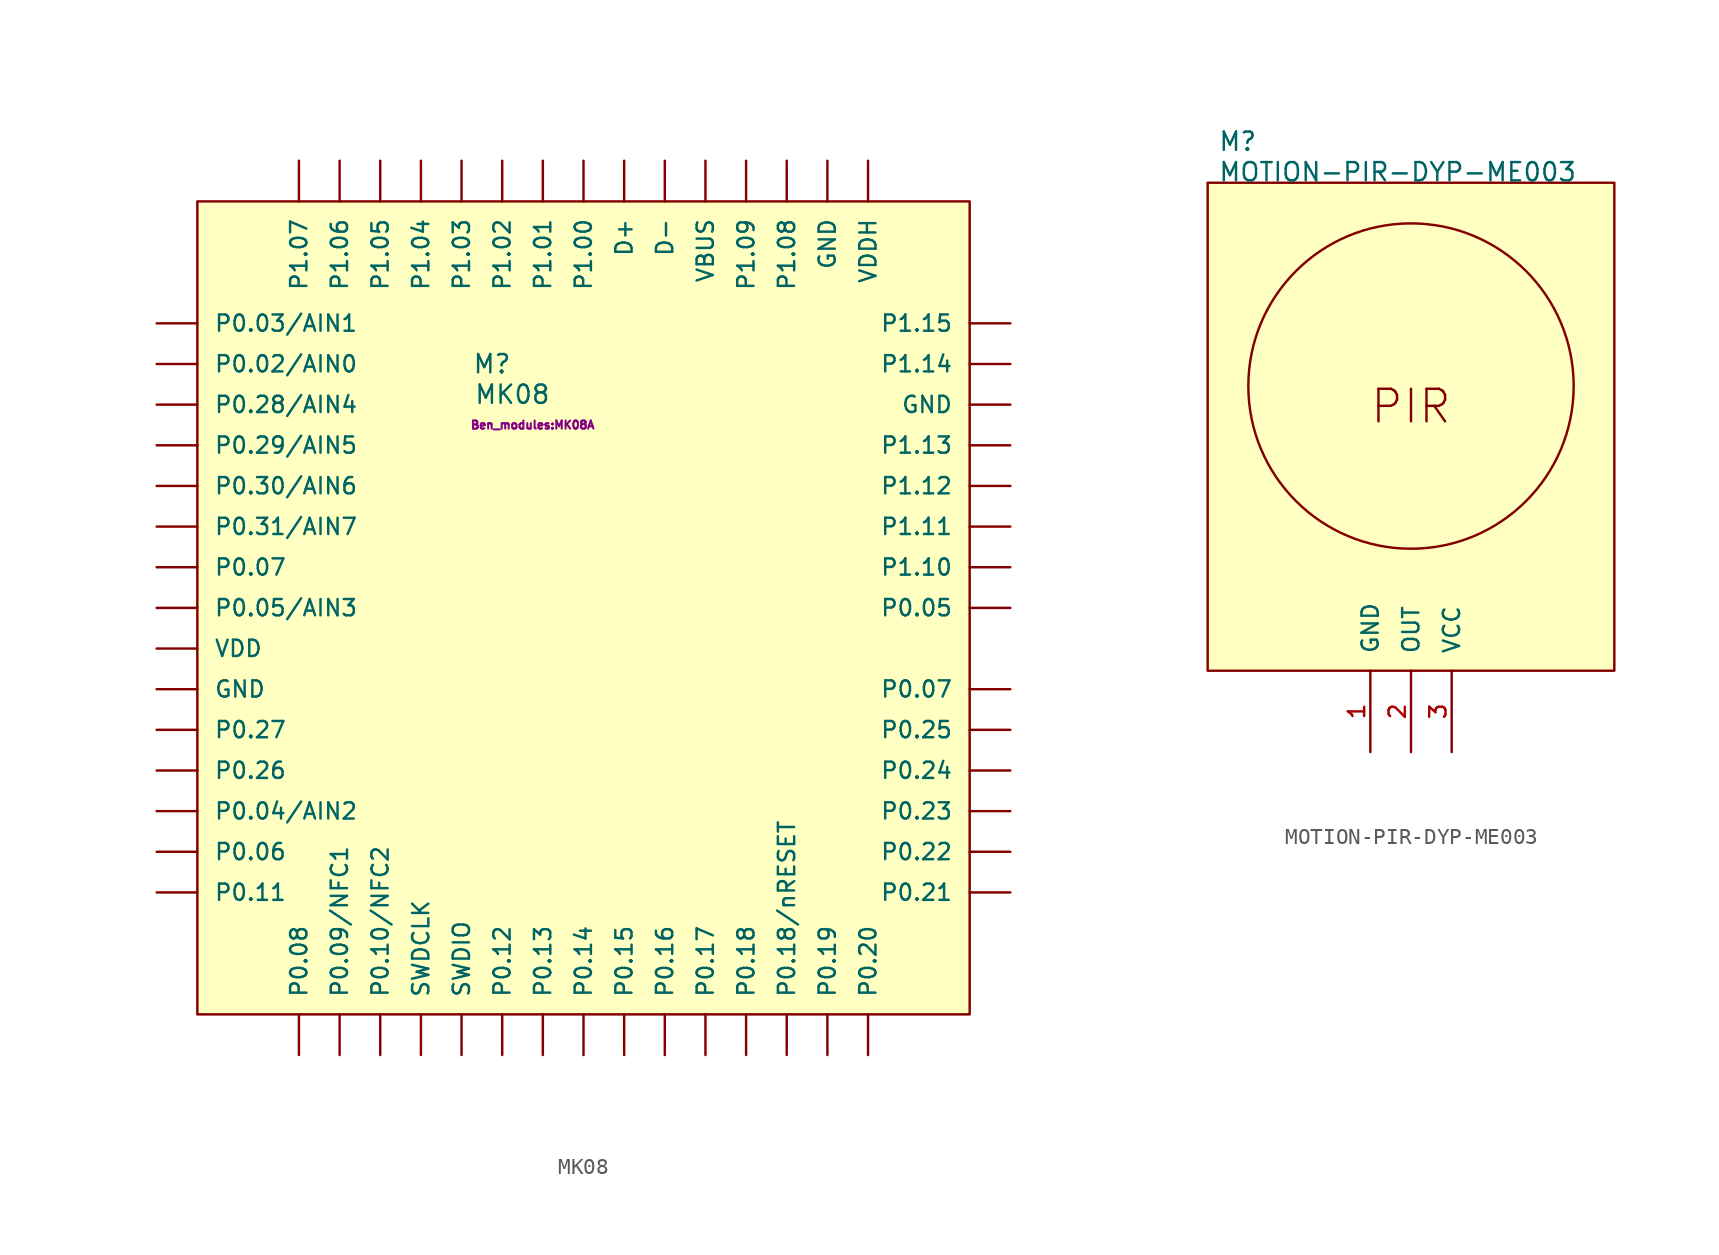
<source format=kicad_sym>
(kicad_symbol_lib
  (version 20231120)
  (generator "kicad_symbol_editor")
  (generator_version "8.0")
  (symbol "MK08"
    (pin_numbers hide)
    (pin_names
      (offset 1.016))
    (property "Reference" "M"
      (at -5.715 15.24 0)
      (effects (font (size 1.143 1.143))))
    (property "Value" "MK08"
      (at -4.445 13.335 0)
      (effects (font (size 1.143 1.143))))
    (property "Footprint" "Ben_modules:MK08A"
      (at -3.175 11.43 0)
      (effects (font (size 0.508 0.508))))
    (property "ki_locked" ""
      (at 0 0 0)
      (effects (font (size 1.27 1.27))))
    (symbol "MK08_1_1"
      (rectangle (start -24.13 25.4) (end 24.13 -25.4) (stroke (width 0) (type default)) (fill (type background)))
      (pin bidirectional line (at 2.54 27.94 270) (length 2.54) (name "D+" (effects (font (size 1.016 1.016)))) (number "D+" (effects (font (size 1.016 1.016)))))
      (pin bidirectional line (at 5.08 27.94 270) (length 2.54) (name "D-" (effects (font (size 1.016 1.016)))) (number "D-" (effects (font (size 1.016 1.016)))))
      (pin power_in line (at -26.67 -5.08 0) (length 2.54) (name "GND" (effects (font (size 1.016 1.016)))) (number "GND" (effects (font (size 1.016 1.016)))))
      (pin power_in line (at 15.24 27.94 270) (length 2.54) (name "GND" (effects (font (size 1.016 1.016)))) (number "GND" (effects (font (size 1.016 1.016)))))
      (pin power_in line (at 26.67 12.7 180) (length 2.54) (name "GND" (effects (font (size 1.016 1.016)))) (number "GND" (effects (font (size 1.016 1.016)))))
      (pin bidirectional line (at -26.67 15.24 0) (length 2.54) (name "P0.02/AIN0" (effects (font (size 1.016 1.016)))) (number "P0.02" (effects (font (size 1.016 1.016)))))
      (pin bidirectional line (at -26.67 17.78 0) (length 2.54) (name "P0.03/AIN1" (effects (font (size 1.016 1.016)))) (number "P0.03" (effects (font (size 1.016 1.016)))))
      (pin bidirectional line (at -26.67 -12.7 0) (length 2.54) (name "P0.04/AIN2" (effects (font (size 1.016 1.016)))) (number "P0.04" (effects (font (size 1.016 1.016)))))
      (pin bidirectional line (at 26.67 0 180) (length 2.54) (name "P0.05" (effects (font (size 1.016 1.016)))) (number "P0.05" (effects (font (size 1.016 1.016)))))
      (pin bidirectional line (at -26.67 0 0) (length 2.54) (name "P0.05/AIN3" (effects (font (size 1.016 1.016)))) (number "P0.05" (effects (font (size 1.016 1.016)))))
      (pin bidirectional line (at -26.67 -15.24 0) (length 2.54) (name "P0.06" (effects (font (size 1.016 1.016)))) (number "P0.06" (effects (font (size 1.016 1.016)))))
      (pin bidirectional line (at -26.67 2.54 0) (length 2.54) (name "P0.07" (effects (font (size 1.016 1.016)))) (number "P0.07" (effects (font (size 1.016 1.016)))))
      (pin bidirectional line (at 26.67 -5.08 180) (length 2.54) (name "P0.07" (effects (font (size 1.016 1.016)))) (number "P0.07" (effects (font (size 1.016 1.016)))))
      (pin bidirectional line (at -17.78 -27.94 90) (length 2.54) (name "P0.08" (effects (font (size 1.016 1.016)))) (number "P0.08" (effects (font (size 1.016 1.016)))))
      (pin bidirectional line (at -15.24 -27.94 90) (length 2.54) (name "P0.09/NFC1" (effects (font (size 1.016 1.016)))) (number "P0.09" (effects (font (size 1.016 1.016)))))
      (pin bidirectional line (at -12.7 -27.94 90) (length 2.54) (name "P0.10/NFC2" (effects (font (size 1.016 1.016)))) (number "P0.10" (effects (font (size 1.016 1.016)))))
      (pin bidirectional line (at -26.67 -17.78 0) (length 2.54) (name "P0.11" (effects (font (size 1.016 1.016)))) (number "P0.11" (effects (font (size 1.016 1.016)))))
      (pin bidirectional line (at -5.08 -27.94 90) (length 2.54) (name "P0.12" (effects (font (size 1.016 1.016)))) (number "P0.12" (effects (font (size 1.016 1.016)))))
      (pin bidirectional line (at -2.54 -27.94 90) (length 2.54) (name "P0.13" (effects (font (size 1.016 1.016)))) (number "P0.13" (effects (font (size 1.016 1.016)))))
      (pin bidirectional line (at 0 -27.94 90) (length 2.54) (name "P0.14" (effects (font (size 1.016 1.016)))) (number "P0.14" (effects (font (size 1.016 1.016)))))
      (pin bidirectional line (at 2.54 -27.94 90) (length 2.54) (name "P0.15" (effects (font (size 1.016 1.016)))) (number "P0.15" (effects (font (size 1.016 1.016)))))
      (pin bidirectional line (at 5.08 -27.94 90) (length 2.54) (name "P0.16" (effects (font (size 1.016 1.016)))) (number "P0.16" (effects (font (size 1.016 1.016)))))
      (pin bidirectional line (at 7.62 -27.94 90) (length 2.54) (name "P0.17" (effects (font (size 1.016 1.016)))) (number "P0.17" (effects (font (size 1.016 1.016)))))
      (pin bidirectional line (at 10.16 -27.94 90) (length 2.54) (name "P0.18" (effects (font (size 1.016 1.016)))) (number "P0.18" (effects (font (size 1.016 1.016)))))
      (pin bidirectional line (at 12.7 -27.94 90) (length 2.54) (name "P0.18/nRESET" (effects (font (size 1.016 1.016)))) (number "P0.18" (effects (font (size 1.016 1.016)))))
      (pin bidirectional line (at 15.24 -27.94 90) (length 2.54) (name "P0.19" (effects (font (size 1.016 1.016)))) (number "P0.19" (effects (font (size 1.016 1.016)))))
      (pin bidirectional line (at 17.78 -27.94 90) (length 2.54) (name "P0.20" (effects (font (size 1.016 1.016)))) (number "P0.20" (effects (font (size 1.016 1.016)))))
      (pin bidirectional line (at 26.67 -17.78 180) (length 2.54) (name "P0.21" (effects (font (size 1.016 1.016)))) (number "P0.21" (effects (font (size 1.016 1.016)))))
      (pin bidirectional line (at 26.67 -15.24 180) (length 2.54) (name "P0.22" (effects (font (size 1.016 1.016)))) (number "P0.22" (effects (font (size 1.016 1.016)))))
      (pin bidirectional line (at 26.67 -12.7 180) (length 2.54) (name "P0.23" (effects (font (size 1.016 1.016)))) (number "P0.23" (effects (font (size 1.016 1.016)))))
      (pin bidirectional line (at 26.67 -10.16 180) (length 2.54) (name "P0.24" (effects (font (size 1.016 1.016)))) (number "P0.24" (effects (font (size 1.016 1.016)))))
      (pin bidirectional line (at 26.67 -7.62 180) (length 2.54) (name "P0.25" (effects (font (size 1.016 1.016)))) (number "P0.25" (effects (font (size 1.016 1.016)))))
      (pin bidirectional line (at -26.67 -10.16 0) (length 2.54) (name "P0.26" (effects (font (size 1.016 1.016)))) (number "P0.26" (effects (font (size 1.016 1.016)))))
      (pin bidirectional line (at -26.67 -7.62 0) (length 2.54) (name "P0.27" (effects (font (size 1.016 1.016)))) (number "P0.27" (effects (font (size 1.016 1.016)))))
      (pin bidirectional line (at -26.67 12.7 0) (length 2.54) (name "P0.28/AIN4" (effects (font (size 1.016 1.016)))) (number "P0.28" (effects (font (size 1.016 1.016)))))
      (pin bidirectional line (at -26.67 10.16 0) (length 2.54) (name "P0.29/AIN5" (effects (font (size 1.016 1.016)))) (number "P0.29" (effects (font (size 1.016 1.016)))))
      (pin bidirectional line (at -26.67 7.62 0) (length 2.54) (name "P0.30/AIN6" (effects (font (size 1.016 1.016)))) (number "P0.30" (effects (font (size 1.016 1.016)))))
      (pin bidirectional line (at -26.67 5.08 0) (length 2.54) (name "P0.31/AIN7" (effects (font (size 1.016 1.016)))) (number "P0.31" (effects (font (size 1.016 1.016)))))
      (pin bidirectional line (at 0 27.94 270) (length 2.54) (name "P1.00" (effects (font (size 1.016 1.016)))) (number "P1.00" (effects (font (size 1.016 1.016)))))
      (pin bidirectional line (at -2.54 27.94 270) (length 2.54) (name "P1.01" (effects (font (size 1.016 1.016)))) (number "P1.01" (effects (font (size 1.016 1.016)))))
      (pin bidirectional line (at -5.08 27.94 270) (length 2.54) (name "P1.02" (effects (font (size 1.016 1.016)))) (number "P1.02" (effects (font (size 1.016 1.016)))))
      (pin bidirectional line (at -7.62 27.94 270) (length 2.54) (name "P1.03" (effects (font (size 1.016 1.016)))) (number "P1.03" (effects (font (size 1.016 1.016)))))
      (pin bidirectional line (at -10.16 27.94 270) (length 2.54) (name "P1.04" (effects (font (size 1.016 1.016)))) (number "P1.04" (effects (font (size 1.016 1.016)))))
      (pin bidirectional line (at -12.7 27.94 270) (length 2.54) (name "P1.05" (effects (font (size 1.016 1.016)))) (number "P1.05" (effects (font (size 1.016 1.016)))))
      (pin bidirectional line (at -15.24 27.94 270) (length 2.54) (name "P1.06" (effects (font (size 1.016 1.016)))) (number "P1.06" (effects (font (size 1.016 1.016)))))
      (pin bidirectional line (at -17.78 27.94 270) (length 2.54) (name "P1.07" (effects (font (size 1.016 1.016)))) (number "P1.07" (effects (font (size 1.016 1.016)))))
      (pin bidirectional line (at 12.7 27.94 270) (length 2.54) (name "P1.08" (effects (font (size 1.016 1.016)))) (number "P1.08" (effects (font (size 1.016 1.016)))))
      (pin bidirectional line (at 10.16 27.94 270) (length 2.54) (name "P1.09" (effects (font (size 1.016 1.016)))) (number "P1.09" (effects (font (size 1.016 1.016)))))
      (pin bidirectional line (at 26.67 2.54 180) (length 2.54) (name "P1.10" (effects (font (size 1.016 1.016)))) (number "P1.10" (effects (font (size 1.016 1.016)))))
      (pin bidirectional line (at 26.67 5.08 180) (length 2.54) (name "P1.11" (effects (font (size 1.016 1.016)))) (number "P1.11" (effects (font (size 1.016 1.016)))))
      (pin bidirectional line (at 26.67 7.62 180) (length 2.54) (name "P1.12" (effects (font (size 1.016 1.016)))) (number "P1.12" (effects (font (size 1.016 1.016)))))
      (pin bidirectional line (at 26.67 10.16 180) (length 2.54) (name "P1.13" (effects (font (size 1.016 1.016)))) (number "P1.13" (effects (font (size 1.016 1.016)))))
      (pin bidirectional line (at 26.67 15.24 180) (length 2.54) (name "P1.14" (effects (font (size 1.016 1.016)))) (number "P1.14" (effects (font (size 1.016 1.016)))))
      (pin bidirectional line (at 26.67 17.78 180) (length 2.54) (name "P1.15" (effects (font (size 1.016 1.016)))) (number "P1.15" (effects (font (size 1.016 1.016)))))
      (pin input line (at -10.16 -27.94 90) (length 2.54) (name "SWDCLK" (effects (font (size 1.016 1.016)))) (number "SWDCLK" (effects (font (size 1.016 1.016)))))
      (pin bidirectional line (at -7.62 -27.94 90) (length 2.54) (name "SWDIO" (effects (font (size 1.016 1.016)))) (number "SWDIO" (effects (font (size 1.016 1.016)))))
      (pin power_in line (at 7.62 27.94 270) (length 2.54) (name "VBUS" (effects (font (size 1.016 1.016)))) (number "VBUS" (effects (font (size 1.016 1.016)))))
      (pin power_in line (at -26.67 -2.54 0) (length 2.54) (name "VDD" (effects (font (size 1.016 1.016)))) (number "VDD" (effects (font (size 1.016 1.016)))))
      (pin power_in line (at 17.78 27.94 270) (length 2.54) (name "VDDH" (effects (font (size 1.016 1.016)))) (number "VDDH" (effects (font (size 1.016 1.016)))))))
  (symbol "MOTION-PIR-DYP-ME003"
    (pin_names
      (offset 1.016))
    (property "Reference" "M"
      (at -12.065 17.145 0)
      (effects (font (size 1.143 1.143)) (justify left bottom)))
    (property "Value" "MOTION-PIR-DYP-ME003"
      (at -12.065 15.24 0)
      (effects (font (size 1.143 1.143)) (justify left bottom)))
    (property "ki_locked" ""
      (at 0 0 0)
      (effects (font (size 1.27 1.27))))
    (symbol "MOTION-PIR-DYP-ME003_1_0"
      (text "PIR" (at 0 1.27 0) (effects (font (size 2.032 2.032)))))
    (symbol "MOTION-PIR-DYP-ME003_1_1"
      (rectangle (start -12.7 15.24) (end 12.7 -15.24) (stroke (width 0) (type default)) (fill (type background)))
      (circle (center 0 2.54) (radius 10.16) (stroke (width 0) (type default)) (fill (type none)))
      (pin power_in line (at -2.54 -20.32 90) (length 5.08) (name "GND" (effects (font (size 1.016 1.016)))) (number "1" (effects (font (size 1.016 1.016)))))
      (pin output line (at 0 -20.32 90) (length 5.08) (name "OUT" (effects (font (size 1.016 1.016)))) (number "2" (effects (font (size 1.016 1.016)))))
      (pin power_in line (at 2.54 -20.32 90) (length 5.08) (name "VCC" (effects (font (size 1.016 1.016)))) (number "3" (effects (font (size 1.016 1.016))))))))
</source>
